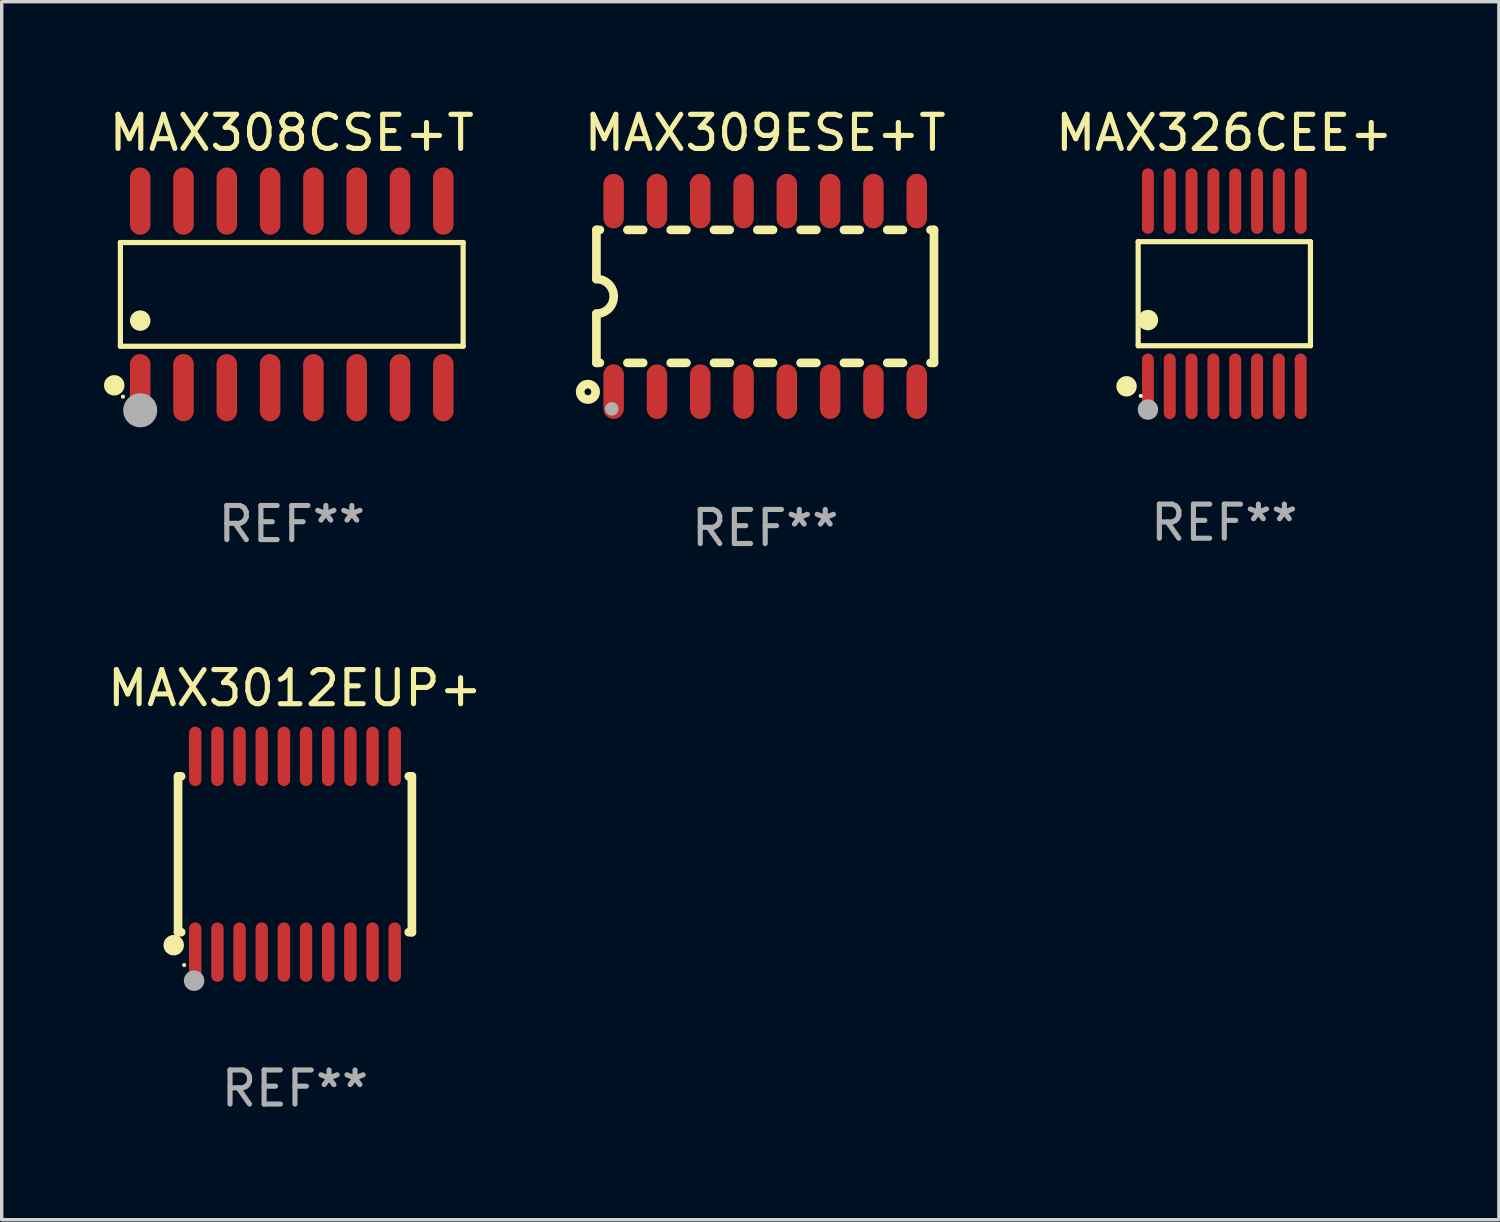
<source format=kicad_pcb>
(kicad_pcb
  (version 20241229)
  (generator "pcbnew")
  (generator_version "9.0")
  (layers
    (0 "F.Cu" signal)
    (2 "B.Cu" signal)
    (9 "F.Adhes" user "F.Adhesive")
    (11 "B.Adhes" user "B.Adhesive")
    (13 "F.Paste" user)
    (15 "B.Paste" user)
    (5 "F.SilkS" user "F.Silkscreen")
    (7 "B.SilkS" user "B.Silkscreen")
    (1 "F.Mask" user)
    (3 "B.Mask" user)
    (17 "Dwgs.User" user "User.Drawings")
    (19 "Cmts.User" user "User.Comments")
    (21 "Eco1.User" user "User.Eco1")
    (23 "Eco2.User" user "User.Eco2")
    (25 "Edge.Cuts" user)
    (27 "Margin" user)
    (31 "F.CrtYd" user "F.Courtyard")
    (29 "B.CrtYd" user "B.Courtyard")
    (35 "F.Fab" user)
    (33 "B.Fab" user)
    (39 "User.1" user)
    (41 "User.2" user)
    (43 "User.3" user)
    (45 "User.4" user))
  (footprint "MAX308CSE+T"
    (layer "F.Cu")
    (at 5.507 5.584)
    (property "Reference" "MAX308CSE+T" (at 0 -4.736 0) (layer "F.SilkS") (effects (font (size 1 1) (thickness 0.15))))
    (attr through_hole)
    (fp_line (start -5.026 -1.521) (end 5.026 -1.521) (stroke (width 0.152) (type solid)) (layer "F.SilkS"))
    (fp_line (start -5.026 1.521) (end -5.026 -1.521) (stroke (width 0.152) (type solid)) (layer "F.SilkS"))
    (fp_line (start 5.026 -1.521) (end 5.026 1.521) (stroke (width 0.152) (type solid)) (layer "F.SilkS"))
    (fp_line (start 5.026 1.521) (end -5.026 1.521) (stroke (width 0.152) (type solid)) (layer "F.SilkS"))
    (fp_circle (center -5.207 2.667) (end -5.057 2.667) (stroke (width 0.3) (type solid)) (fill no) (layer "F.SilkS"))
    (fp_circle (center -4.95 3) (end -4.92 3) (stroke (width 0.06) (type solid)) (fill no) (layer "F.SilkS"))
    (fp_circle (center -4.445 0.769) (end -4.295 0.769) (stroke (width 0.3) (type solid)) (fill no) (layer "F.SilkS"))
    (fp_circle (center -4.445 3.4) (end -4.195 3.4) (stroke (width 0.5) (type solid)) (fill no) (layer "F.Fab"))
    (fp_text user "REF**" (at 0 6.736 0) (layer "F.Fab") (effects (font (size 1 1) (thickness 0.15))))
    (pad "1" smd oval (at -4.445 2.736) (size 0.602 1.971) (layers "F.Cu" "F.Mask" "F.Paste"))
    (pad "2" smd oval (at -3.175 2.736) (size 0.602 1.971) (layers "F.Cu" "F.Mask" "F.Paste"))
    (pad "3" smd oval (at -1.905 2.736) (size 0.602 1.971) (layers "F.Cu" "F.Mask" "F.Paste"))
    (pad "4" smd oval (at -0.635 2.736) (size 0.602 1.971) (layers "F.Cu" "F.Mask" "F.Paste"))
    (pad "5" smd oval (at 0.635 2.736) (size 0.602 1.971) (layers "F.Cu" "F.Mask" "F.Paste"))
    (pad "6" smd oval (at 1.905 2.736) (size 0.602 1.971) (layers "F.Cu" "F.Mask" "F.Paste"))
    (pad "7" smd oval (at 3.175 2.736) (size 0.602 1.971) (layers "F.Cu" "F.Mask" "F.Paste"))
    (pad "8" smd oval (at 4.445 2.736) (size 0.602 1.971) (layers "F.Cu" "F.Mask" "F.Paste"))
    (pad "9" smd oval (at 4.445 -2.736) (size 0.602 1.971) (layers "F.Cu" "F.Mask" "F.Paste"))
    (pad "10" smd oval (at 3.175 -2.736) (size 0.602 1.971) (layers "F.Cu" "F.Mask" "F.Paste"))
    (pad "11" smd oval (at 1.905 -2.736) (size 0.602 1.971) (layers "F.Cu" "F.Mask" "F.Paste"))
    (pad "12" smd oval (at 0.635 -2.736) (size 0.602 1.971) (layers "F.Cu" "F.Mask" "F.Paste"))
    (pad "13" smd oval (at -0.635 -2.736) (size 0.602 1.971) (layers "F.Cu" "F.Mask" "F.Paste"))
    (pad "14" smd oval (at -1.905 -2.736) (size 0.602 1.971) (layers "F.Cu" "F.Mask" "F.Paste"))
    (pad "15" smd oval (at -3.175 -2.736) (size 0.602 1.971) (layers "F.Cu" "F.Mask" "F.Paste"))
    (pad "16" smd oval (at -4.445 -2.736) (size 0.602 1.971) (layers "F.Cu" "F.Mask" "F.Paste")))
  (footprint "MAX326CEE+"
    (layer "F.Cu")
    (at 32.857 5.564)
    (property "Reference" "MAX326CEE+" (at 0 -4.716 0) (layer "F.SilkS") (effects (font (size 1 1) (thickness 0.15))))
    (attr through_hole)
    (fp_line (start -2.526 -1.526) (end 2.526 -1.526) (stroke (width 0.152) (type solid)) (layer "F.SilkS"))
    (fp_line (start -2.526 1.526) (end -2.526 -1.526) (stroke (width 0.152) (type solid)) (layer "F.SilkS"))
    (fp_line (start 2.526 -1.526) (end 2.526 1.526) (stroke (width 0.152) (type solid)) (layer "F.SilkS"))
    (fp_line (start 2.526 1.526) (end -2.526 1.526) (stroke (width 0.152) (type solid)) (layer "F.SilkS"))
    (fp_circle (center -2.867 2.716) (end -2.717 2.716) (stroke (width 0.3) (type solid)) (fill no) (layer "F.SilkS"))
    (fp_circle (center -2.45 2.997) (end -2.42 2.997) (stroke (width 0.06) (type solid)) (fill no) (layer "F.SilkS"))
    (fp_circle (center -2.24 0.774) (end -2.09 0.774) (stroke (width 0.3) (type solid)) (fill no) (layer "F.SilkS"))
    (fp_circle (center -2.24 3.398) (end -2.09 3.398) (stroke (width 0.3) (type solid)) (fill no) (layer "F.Fab"))
    (fp_text user "REF**" (at 0 6.716 0) (layer "F.Fab") (effects (font (size 1 1) (thickness 0.15))))
    (pad "1" smd oval (at -2.24 2.716) (size 0.35 1.922) (layers "F.Cu" "F.Mask" "F.Paste"))
    (pad "2" smd oval (at -1.6 2.716) (size 0.35 1.922) (layers "F.Cu" "F.Mask" "F.Paste"))
    (pad "3" smd oval (at -0.96 2.716) (size 0.35 1.922) (layers "F.Cu" "F.Mask" "F.Paste"))
    (pad "4" smd oval (at -0.32 2.716) (size 0.35 1.922) (layers "F.Cu" "F.Mask" "F.Paste"))
    (pad "5" smd oval (at 0.32 2.716) (size 0.35 1.922) (layers "F.Cu" "F.Mask" "F.Paste"))
    (pad "6" smd oval (at 0.96 2.716) (size 0.35 1.922) (layers "F.Cu" "F.Mask" "F.Paste"))
    (pad "7" smd oval (at 1.6 2.716) (size 0.35 1.922) (layers "F.Cu" "F.Mask" "F.Paste"))
    (pad "8" smd oval (at 2.24 2.716) (size 0.35 1.922) (layers "F.Cu" "F.Mask" "F.Paste"))
    (pad "9" smd oval (at 2.24 -2.716) (size 0.35 1.922) (layers "F.Cu" "F.Mask" "F.Paste"))
    (pad "10" smd oval (at 1.6 -2.716) (size 0.35 1.922) (layers "F.Cu" "F.Mask" "F.Paste"))
    (pad "11" smd oval (at 0.96 -2.716) (size 0.35 1.922) (layers "F.Cu" "F.Mask" "F.Paste"))
    (pad "12" smd oval (at 0.32 -2.716) (size 0.35 1.922) (layers "F.Cu" "F.Mask" "F.Paste"))
    (pad "13" smd oval (at -0.32 -2.716) (size 0.35 1.922) (layers "F.Cu" "F.Mask" "F.Paste"))
    (pad "14" smd oval (at -0.96 -2.716) (size 0.35 1.922) (layers "F.Cu" "F.Mask" "F.Paste"))
    (pad "15" smd oval (at -1.6 -2.716) (size 0.35 1.922) (layers "F.Cu" "F.Mask" "F.Paste"))
    (pad "16" smd oval (at -2.24 -2.716) (size 0.35 1.922) (layers "F.Cu" "F.Mask" "F.Paste")))
  (footprint "MAX309ESE+T"
    (layer "F.Cu")
    (at 19.392 5.642)
    (property "Reference" "MAX309ESE+T" (at 0 -4.794 0) (layer "F.SilkS") (effects (font (size 1 1) (thickness 0.15))))
    (attr through_hole)
    (fp_line (start -4.95 -1.95) (end -4.95 -0.508) (stroke (width 0.254) (type solid)) (layer "F.SilkS"))
    (fp_line (start -4.95 -1.95) (end -4.849 -1.95) (stroke (width 0.254) (type solid)) (layer "F.SilkS"))
    (fp_line (start -4.95 1.95) (end -4.95 0.508) (stroke (width 0.254) (type solid)) (layer "F.SilkS"))
    (fp_line (start -4.95 1.95) (end -4.849 1.95) (stroke (width 0.254) (type solid)) (layer "F.SilkS"))
    (fp_line (start -4.041 -1.95) (end -3.579 -1.95) (stroke (width 0.254) (type solid)) (layer "F.SilkS"))
    (fp_line (start -4.041 1.95) (end -3.579 1.95) (stroke (width 0.254) (type solid)) (layer "F.SilkS"))
    (fp_line (start -2.771 -1.95) (end -2.309 -1.95) (stroke (width 0.254) (type solid)) (layer "F.SilkS"))
    (fp_line (start -2.771 1.95) (end -2.309 1.95) (stroke (width 0.254) (type solid)) (layer "F.SilkS"))
    (fp_line (start -1.501 -1.95) (end -1.039 -1.95) (stroke (width 0.254) (type solid)) (layer "F.SilkS"))
    (fp_line (start -1.501 1.95) (end -1.039 1.95) (stroke (width 0.254) (type solid)) (layer "F.SilkS"))
    (fp_line (start -0.231 -1.95) (end 0.231 -1.95) (stroke (width 0.254) (type solid)) (layer "F.SilkS"))
    (fp_line (start -0.231 1.95) (end 0.231 1.95) (stroke (width 0.254) (type solid)) (layer "F.SilkS"))
    (fp_line (start 1.039 -1.95) (end 1.501 -1.95) (stroke (width 0.254) (type solid)) (layer "F.SilkS"))
    (fp_line (start 1.039 1.95) (end 1.501 1.95) (stroke (width 0.254) (type solid)) (layer "F.SilkS"))
    (fp_line (start 2.309 -1.95) (end 2.771 -1.95) (stroke (width 0.254) (type solid)) (layer "F.SilkS"))
    (fp_line (start 2.309 1.95) (end 2.771 1.95) (stroke (width 0.254) (type solid)) (layer "F.SilkS"))
    (fp_line (start 3.579 -1.95) (end 4.041 -1.95) (stroke (width 0.254) (type solid)) (layer "F.SilkS"))
    (fp_line (start 3.579 1.95) (end 4.041 1.95) (stroke (width 0.254) (type solid)) (layer "F.SilkS"))
    (fp_line (start 4.849 -1.95) (end 4.95 -1.95) (stroke (width 0.254) (type solid)) (layer "F.SilkS"))
    (fp_line (start 4.849 1.95) (end 4.95 1.95) (stroke (width 0.254) (type solid)) (layer "F.SilkS"))
    (fp_line (start 4.95 -1.95) (end 4.95 1.95) (stroke (width 0.254) (type solid)) (layer "F.SilkS"))
    (fp_arc (start -4.95047 -0.508001) (mid -4.442469 -0.000228) (end -4.950013 0.508001) (stroke (width 0.254001) (type solid)) (layer "F.SilkS"))
    (fp_circle (center -5.2 2.8) (end -5.1 2.8) (stroke (width 0.254) (type solid)) (fill no) (layer "F.SilkS"))
    (fp_circle (center -4.95 2.947) (end -4.92 2.947) (stroke (width 0.06) (type solid)) (fill no) (layer "F.SilkS"))
    (fp_circle (center -4.5 3.3) (end -4.4 3.3) (stroke (width 0.2) (type solid)) (fill no) (layer "F.Fab"))
    (fp_text user "REF**" (at 0 6.794 0) (layer "F.Fab") (effects (font (size 1 1) (thickness 0.15))))
    (pad "1" smd oval (at -4.445 2.794) (size 0.6 1.6) (layers "F.Cu" "F.Mask" "F.Paste"))
    (pad "2" smd oval (at -3.175 2.794) (size 0.6 1.6) (layers "F.Cu" "F.Mask" "F.Paste"))
    (pad "3" smd oval (at -1.905 2.794) (size 0.6 1.6) (layers "F.Cu" "F.Mask" "F.Paste"))
    (pad "4" smd oval (at -0.635 2.794) (size 0.6 1.6) (layers "F.Cu" "F.Mask" "F.Paste"))
    (pad "5" smd oval (at 0.635 2.794) (size 0.6 1.6) (layers "F.Cu" "F.Mask" "F.Paste"))
    (pad "6" smd oval (at 1.905 2.794) (size 0.6 1.6) (layers "F.Cu" "F.Mask" "F.Paste"))
    (pad "7" smd oval (at 3.175 2.794) (size 0.6 1.6) (layers "F.Cu" "F.Mask" "F.Paste"))
    (pad "8" smd oval (at 4.445 2.794) (size 0.6 1.6) (layers "F.Cu" "F.Mask" "F.Paste"))
    (pad "9" smd oval (at 4.445 -2.794) (size 0.6 1.6) (layers "F.Cu" "F.Mask" "F.Paste"))
    (pad "10" smd oval (at 3.175 -2.794) (size 0.6 1.6) (layers "F.Cu" "F.Mask" "F.Paste"))
    (pad "11" smd oval (at 1.905 -2.794) (size 0.6 1.6) (layers "F.Cu" "F.Mask" "F.Paste"))
    (pad "12" smd oval (at 0.635 -2.794) (size 0.6 1.6) (layers "F.Cu" "F.Mask" "F.Paste"))
    (pad "13" smd oval (at -0.635 -2.794) (size 0.6 1.6) (layers "F.Cu" "F.Mask" "F.Paste"))
    (pad "14" smd oval (at -1.905 -2.794) (size 0.6 1.6) (layers "F.Cu" "F.Mask" "F.Paste"))
    (pad "15" smd oval (at -3.175 -2.794) (size 0.6 1.6) (layers "F.Cu" "F.Mask" "F.Paste"))
    (pad "16" smd oval (at -4.445 -2.794) (size 0.6 1.6) (layers "F.Cu" "F.Mask" "F.Paste")))
  (footprint "MAX3012EUP+"
    (layer "F.Cu")
    (at 5.601 22.004)
    (property "Reference" "MAX3012EUP+" (at 0 -4.871 0) (layer "F.SilkS") (effects (font (size 1 1) (thickness 0.15))))
    (attr through_hole)
    (fp_line (start -3.429 -2.286) (end -3.429 2.286) (stroke (width 0.254) (type solid)) (layer "F.SilkS"))
    (fp_line (start -3.429 2.286) (end -3.338 2.286) (stroke (width 0.254) (type solid)) (layer "F.SilkS"))
    (fp_line (start -3.338 -2.286) (end -3.429 -2.286) (stroke (width 0.254) (type solid)) (layer "F.SilkS"))
    (fp_line (start 3.338 -2.286) (end 3.429 -2.286) (stroke (width 0.254) (type solid)) (layer "F.SilkS"))
    (fp_line (start 3.429 -2.286) (end 3.429 2.286) (stroke (width 0.254) (type solid)) (layer "F.SilkS"))
    (fp_line (start 3.429 2.286) (end 3.338 2.286) (stroke (width 0.254) (type solid)) (layer "F.SilkS"))
    (fp_circle (center -3.556 2.667) (end -3.406 2.667) (stroke (width 0.3) (type solid)) (fill no) (layer "F.SilkS"))
    (fp_circle (center -3.25 3.25) (end -3.22 3.25) (stroke (width 0.06) (type solid)) (fill no) (layer "F.SilkS"))
    (fp_circle (center -2.959 3.707) (end -2.808 3.707) (stroke (width 0.3) (type solid)) (fill no) (layer "F.Fab"))
    (fp_text user "REF**" (at 0 6.871 0) (layer "F.Fab") (effects (font (size 1 1) (thickness 0.15))))
    (pad "1" smd oval (at -2.925 2.871) (size 0.364 1.742) (layers "F.Cu" "F.Mask" "F.Paste"))
    (pad "2" smd oval (at -2.275 2.871) (size 0.364 1.742) (layers "F.Cu" "F.Mask" "F.Paste"))
    (pad "3" smd oval (at -1.625 2.871) (size 0.364 1.742) (layers "F.Cu" "F.Mask" "F.Paste"))
    (pad "4" smd oval (at -0.975 2.871) (size 0.364 1.742) (layers "F.Cu" "F.Mask" "F.Paste"))
    (pad "5" smd oval (at -0.325 2.871) (size 0.364 1.742) (layers "F.Cu" "F.Mask" "F.Paste"))
    (pad "6" smd oval (at 0.325 2.871) (size 0.364 1.742) (layers "F.Cu" "F.Mask" "F.Paste"))
    (pad "7" smd oval (at 0.975 2.871) (size 0.364 1.742) (layers "F.Cu" "F.Mask" "F.Paste"))
    (pad "8" smd oval (at 1.625 2.871) (size 0.364 1.742) (layers "F.Cu" "F.Mask" "F.Paste"))
    (pad "9" smd oval (at 2.275 2.871) (size 0.364 1.742) (layers "F.Cu" "F.Mask" "F.Paste"))
    (pad "10" smd oval (at 2.925 2.871) (size 0.364 1.742) (layers "F.Cu" "F.Mask" "F.Paste"))
    (pad "11" smd oval (at 2.925 -2.871) (size 0.364 1.742) (layers "F.Cu" "F.Mask" "F.Paste"))
    (pad "12" smd oval (at 2.275 -2.871) (size 0.364 1.742) (layers "F.Cu" "F.Mask" "F.Paste"))
    (pad "13" smd oval (at 1.625 -2.871) (size 0.364 1.742) (layers "F.Cu" "F.Mask" "F.Paste"))
    (pad "14" smd oval (at 0.975 -2.871) (size 0.364 1.742) (layers "F.Cu" "F.Mask" "F.Paste"))
    (pad "15" smd oval (at 0.325 -2.871) (size 0.364 1.742) (layers "F.Cu" "F.Mask" "F.Paste"))
    (pad "16" smd oval (at -0.325 -2.871) (size 0.364 1.742) (layers "F.Cu" "F.Mask" "F.Paste"))
    (pad "17" smd oval (at -0.975 -2.871) (size 0.364 1.742) (layers "F.Cu" "F.Mask" "F.Paste"))
    (pad "18" smd oval (at -1.625 -2.871) (size 0.364 1.742) (layers "F.Cu" "F.Mask" "F.Paste"))
    (pad "19" smd oval (at -2.275 -2.871) (size 0.364 1.742) (layers "F.Cu" "F.Mask" "F.Paste"))
    (pad "20" smd oval (at -2.925 -2.871) (size 0.364 1.742) (layers "F.Cu" "F.Mask" "F.Paste")))
  (gr_rect
    (start -3 -3)
    (end 40.91 32.723)
    (stroke (width 0.1) (type default))
    (fill no)
    (layer "Edge.Cuts")))
</source>
